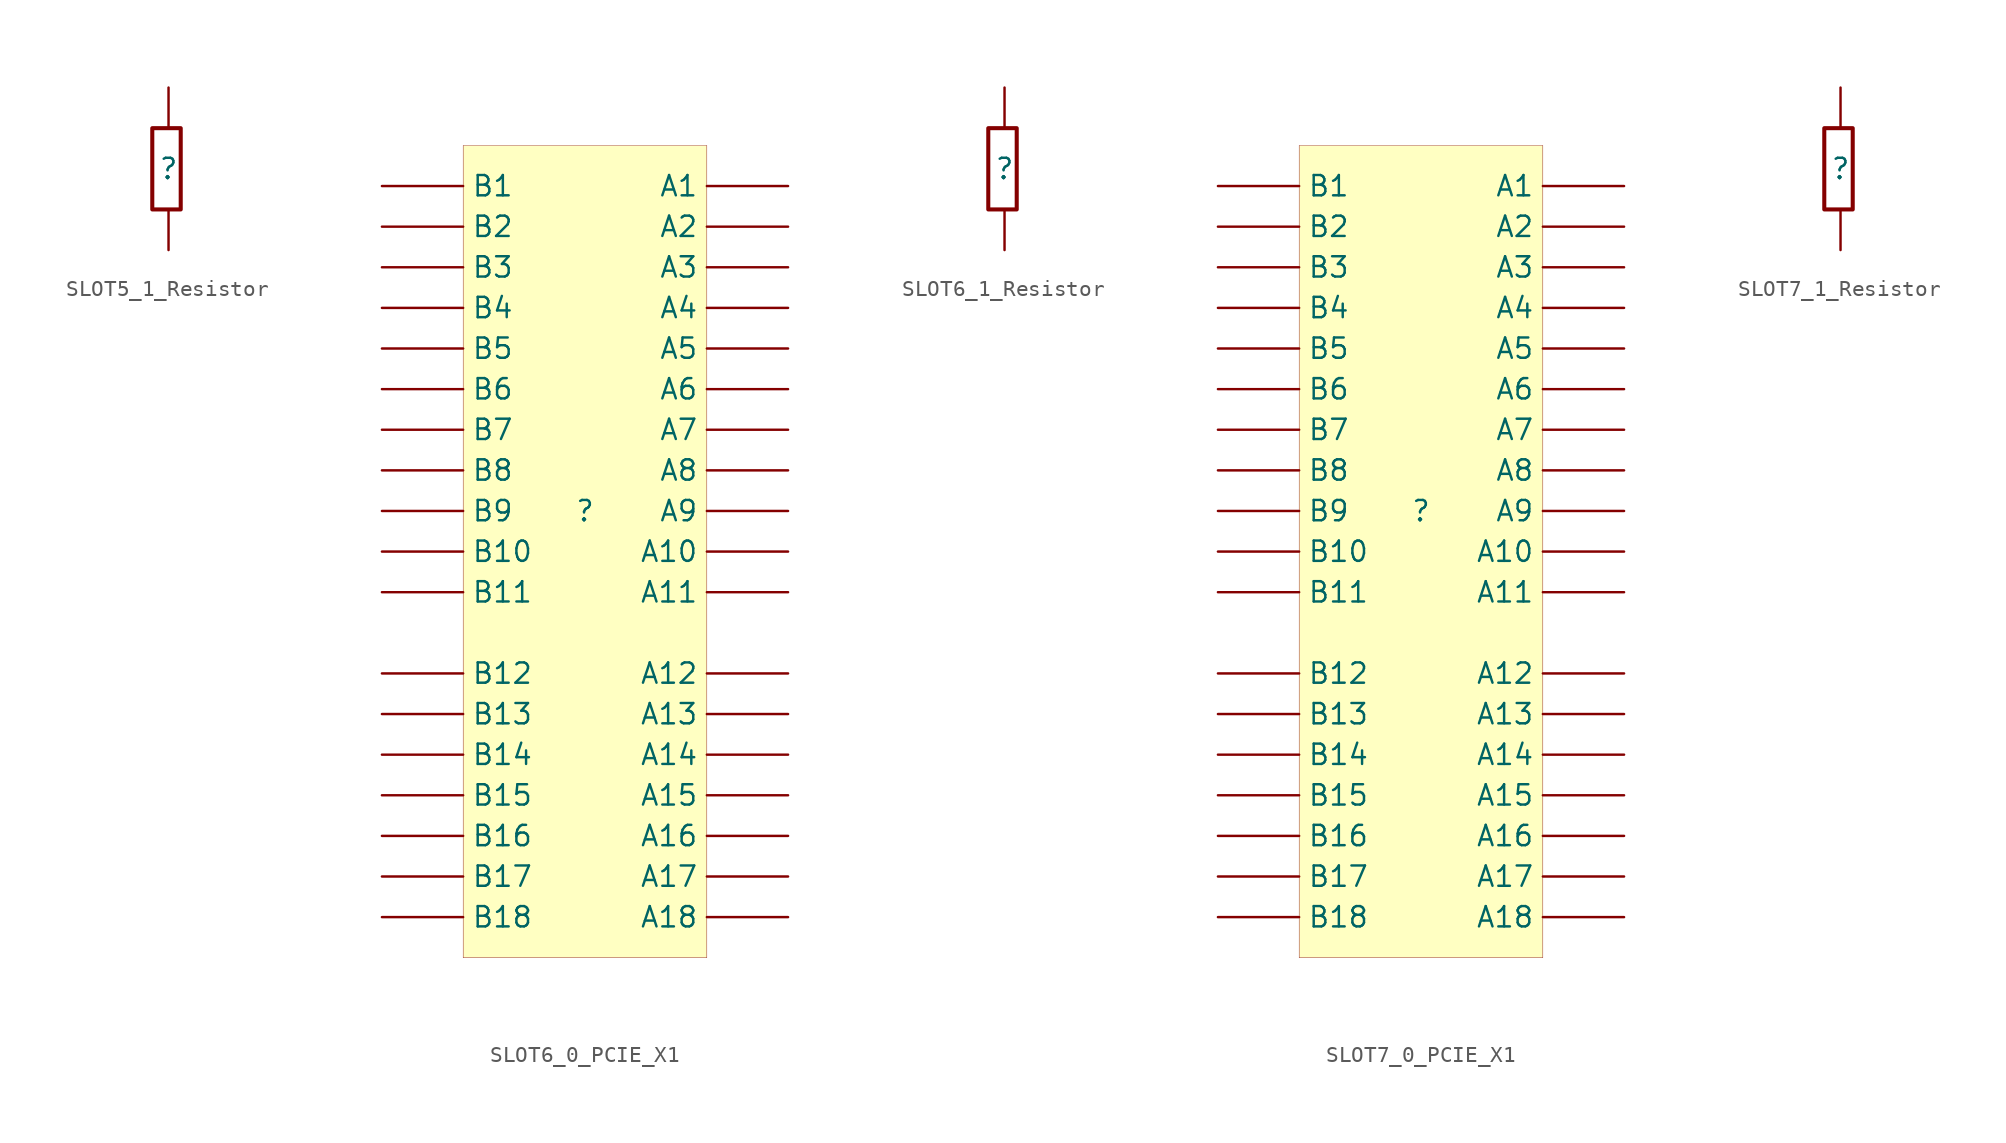
<source format=kicad_sym>
(kicad_symbol_lib
  (version 20231120)
  (generator "kicad_symbol_editor")
  (generator_version "8.0")
  (symbol "SLOT5_1_Resistor"
    (property "Reference" ""
      (at 0 0 0)
      (effects (font (size 1.27 1.27))))
    (property "Value" ""
      (at 0 0 0)
      (effects (font (size 1.27 1.27))))
    (symbol "SLOT5_1_Resistor_1_0"
      (polyline (pts (xy 0.762 -2.54) (xy -1.016 -2.54) (xy -1.016 2.54) (xy 0.762 2.54) (xy 0.762 -2.54)) (stroke (width 0.254) (type solid)) (fill (type none)))
      (pin passive line (at 0 -5.08 90) (length 2.54) (name "1" (effects (font (size 0 0)))) (number "1" (effects (font (size 0 0)))))
      (pin passive line (at 0 5.08 270) (length 2.54) (name "2" (effects (font (size 0 0)))) (number "2" (effects (font (size 0 0)))))))
  (symbol "SLOT6_0_PCIE_X1"
    (property "Reference" ""
      (at 0 0 0)
      (effects (font (size 1.27 1.27))))
    (property "Value" ""
      (at 0 0 0)
      (effects (font (size 1.27 1.27))))
    (symbol "SLOT6_0_PCIE_X1_1_0"
      (rectangle (start 7.62 22.86) (end -7.62 -27.94) (stroke (width 0.025) (type solid) (color 128 0 0 1)) (fill (type background)))
      (pin passive line (at 12.7 20.32 180) (length 5.08) (name "A1" (effects (font (size 1.27 1.27)))) (number "A1" (effects (font (size 0 0)))))
      (pin passive line (at 12.7 -2.54 180) (length 5.08) (name "A10" (effects (font (size 1.27 1.27)))) (number "A10" (effects (font (size 0 0)))))
      (pin passive line (at 12.7 -5.08 180) (length 5.08) (name "A11" (effects (font (size 1.27 1.27)))) (number "A11" (effects (font (size 0 0)))))
      (pin passive line (at 12.7 -10.16 180) (length 5.08) (name "A12" (effects (font (size 1.27 1.27)))) (number "A12" (effects (font (size 0 0)))))
      (pin passive line (at 12.7 -12.7 180) (length 5.08) (name "A13" (effects (font (size 1.27 1.27)))) (number "A13" (effects (font (size 0 0)))))
      (pin passive line (at 12.7 -15.24 180) (length 5.08) (name "A14" (effects (font (size 1.27 1.27)))) (number "A14" (effects (font (size 0 0)))))
      (pin passive line (at 12.7 -17.78 180) (length 5.08) (name "A15" (effects (font (size 1.27 1.27)))) (number "A15" (effects (font (size 0 0)))))
      (pin passive line (at 12.7 -20.32 180) (length 5.08) (name "A16" (effects (font (size 1.27 1.27)))) (number "A16" (effects (font (size 0 0)))))
      (pin passive line (at 12.7 -22.86 180) (length 5.08) (name "A17" (effects (font (size 1.27 1.27)))) (number "A17" (effects (font (size 0 0)))))
      (pin passive line (at 12.7 -25.4 180) (length 5.08) (name "A18" (effects (font (size 1.27 1.27)))) (number "A18" (effects (font (size 0 0)))))
      (pin passive line (at 12.7 17.78 180) (length 5.08) (name "A2" (effects (font (size 1.27 1.27)))) (number "A2" (effects (font (size 0 0)))))
      (pin passive line (at 12.7 15.24 180) (length 5.08) (name "A3" (effects (font (size 1.27 1.27)))) (number "A3" (effects (font (size 0 0)))))
      (pin passive line (at 12.7 12.7 180) (length 5.08) (name "A4" (effects (font (size 1.27 1.27)))) (number "A4" (effects (font (size 0 0)))))
      (pin passive line (at 12.7 10.16 180) (length 5.08) (name "A5" (effects (font (size 1.27 1.27)))) (number "A5" (effects (font (size 0 0)))))
      (pin passive line (at 12.7 7.62 180) (length 5.08) (name "A6" (effects (font (size 1.27 1.27)))) (number "A6" (effects (font (size 0 0)))))
      (pin passive line (at 12.7 5.08 180) (length 5.08) (name "A7" (effects (font (size 1.27 1.27)))) (number "A7" (effects (font (size 0 0)))))
      (pin passive line (at 12.7 2.54 180) (length 5.08) (name "A8" (effects (font (size 1.27 1.27)))) (number "A8" (effects (font (size 0 0)))))
      (pin passive line (at 12.7 0 180) (length 5.08) (name "A9" (effects (font (size 1.27 1.27)))) (number "A9" (effects (font (size 0 0)))))
      (pin passive line (at -12.7 20.32 0) (length 5.08) (name "B1" (effects (font (size 1.27 1.27)))) (number "B1" (effects (font (size 0 0)))))
      (pin passive line (at -12.7 -2.54 0) (length 5.08) (name "B10" (effects (font (size 1.27 1.27)))) (number "B10" (effects (font (size 0 0)))))
      (pin passive line (at -12.7 -5.08 0) (length 5.08) (name "B11" (effects (font (size 1.27 1.27)))) (number "B11" (effects (font (size 0 0)))))
      (pin passive line (at -12.7 -10.16 0) (length 5.08) (name "B12" (effects (font (size 1.27 1.27)))) (number "B12" (effects (font (size 0 0)))))
      (pin passive line (at -12.7 -12.7 0) (length 5.08) (name "B13" (effects (font (size 1.27 1.27)))) (number "B13" (effects (font (size 0 0)))))
      (pin passive line (at -12.7 -15.24 0) (length 5.08) (name "B14" (effects (font (size 1.27 1.27)))) (number "B14" (effects (font (size 0 0)))))
      (pin passive line (at -12.7 -17.78 0) (length 5.08) (name "B15" (effects (font (size 1.27 1.27)))) (number "B15" (effects (font (size 0 0)))))
      (pin passive line (at -12.7 -20.32 0) (length 5.08) (name "B16" (effects (font (size 1.27 1.27)))) (number "B16" (effects (font (size 0 0)))))
      (pin passive line (at -12.7 -22.86 0) (length 5.08) (name "B17" (effects (font (size 1.27 1.27)))) (number "B17" (effects (font (size 0 0)))))
      (pin passive line (at -12.7 -25.4 0) (length 5.08) (name "B18" (effects (font (size 1.27 1.27)))) (number "B18" (effects (font (size 0 0)))))
      (pin passive line (at -12.7 17.78 0) (length 5.08) (name "B2" (effects (font (size 1.27 1.27)))) (number "B2" (effects (font (size 0 0)))))
      (pin passive line (at -12.7 15.24 0) (length 5.08) (name "B3" (effects (font (size 1.27 1.27)))) (number "B3" (effects (font (size 0 0)))))
      (pin passive line (at -12.7 12.7 0) (length 5.08) (name "B4" (effects (font (size 1.27 1.27)))) (number "B4" (effects (font (size 0 0)))))
      (pin passive line (at -12.7 10.16 0) (length 5.08) (name "B5" (effects (font (size 1.27 1.27)))) (number "B5" (effects (font (size 0 0)))))
      (pin passive line (at -12.7 7.62 0) (length 5.08) (name "B6" (effects (font (size 1.27 1.27)))) (number "B6" (effects (font (size 0 0)))))
      (pin passive line (at -12.7 5.08 0) (length 5.08) (name "B7" (effects (font (size 1.27 1.27)))) (number "B7" (effects (font (size 0 0)))))
      (pin passive line (at -12.7 2.54 0) (length 5.08) (name "B8" (effects (font (size 1.27 1.27)))) (number "B8" (effects (font (size 0 0)))))
      (pin passive line (at -12.7 0 0) (length 5.08) (name "B9" (effects (font (size 1.27 1.27)))) (number "B9" (effects (font (size 0 0)))))))
  (symbol "SLOT6_1_Resistor"
    (property "Reference" ""
      (at 0 0 0)
      (effects (font (size 1.27 1.27))))
    (property "Value" ""
      (at 0 0 0)
      (effects (font (size 1.27 1.27))))
    (symbol "SLOT6_1_Resistor_1_0"
      (polyline (pts (xy 0.762 -2.54) (xy -1.016 -2.54) (xy -1.016 2.54) (xy 0.762 2.54) (xy 0.762 -2.54)) (stroke (width 0.254) (type solid)) (fill (type none)))
      (pin passive line (at 0 -5.08 90) (length 2.54) (name "1" (effects (font (size 0 0)))) (number "1" (effects (font (size 0 0)))))
      (pin passive line (at 0 5.08 270) (length 2.54) (name "2" (effects (font (size 0 0)))) (number "2" (effects (font (size 0 0)))))))
  (symbol "SLOT7_0_PCIE_X1"
    (property "Reference" ""
      (at 0 0 0)
      (effects (font (size 1.27 1.27))))
    (property "Value" ""
      (at 0 0 0)
      (effects (font (size 1.27 1.27))))
    (symbol "SLOT7_0_PCIE_X1_1_0"
      (rectangle (start 7.62 22.86) (end -7.62 -27.94) (stroke (width 0.025) (type solid) (color 128 0 0 1)) (fill (type background)))
      (pin passive line (at 12.7 20.32 180) (length 5.08) (name "A1" (effects (font (size 1.27 1.27)))) (number "A1" (effects (font (size 0 0)))))
      (pin passive line (at 12.7 -2.54 180) (length 5.08) (name "A10" (effects (font (size 1.27 1.27)))) (number "A10" (effects (font (size 0 0)))))
      (pin passive line (at 12.7 -5.08 180) (length 5.08) (name "A11" (effects (font (size 1.27 1.27)))) (number "A11" (effects (font (size 0 0)))))
      (pin passive line (at 12.7 -10.16 180) (length 5.08) (name "A12" (effects (font (size 1.27 1.27)))) (number "A12" (effects (font (size 0 0)))))
      (pin passive line (at 12.7 -12.7 180) (length 5.08) (name "A13" (effects (font (size 1.27 1.27)))) (number "A13" (effects (font (size 0 0)))))
      (pin passive line (at 12.7 -15.24 180) (length 5.08) (name "A14" (effects (font (size 1.27 1.27)))) (number "A14" (effects (font (size 0 0)))))
      (pin passive line (at 12.7 -17.78 180) (length 5.08) (name "A15" (effects (font (size 1.27 1.27)))) (number "A15" (effects (font (size 0 0)))))
      (pin passive line (at 12.7 -20.32 180) (length 5.08) (name "A16" (effects (font (size 1.27 1.27)))) (number "A16" (effects (font (size 0 0)))))
      (pin passive line (at 12.7 -22.86 180) (length 5.08) (name "A17" (effects (font (size 1.27 1.27)))) (number "A17" (effects (font (size 0 0)))))
      (pin passive line (at 12.7 -25.4 180) (length 5.08) (name "A18" (effects (font (size 1.27 1.27)))) (number "A18" (effects (font (size 0 0)))))
      (pin passive line (at 12.7 17.78 180) (length 5.08) (name "A2" (effects (font (size 1.27 1.27)))) (number "A2" (effects (font (size 0 0)))))
      (pin passive line (at 12.7 15.24 180) (length 5.08) (name "A3" (effects (font (size 1.27 1.27)))) (number "A3" (effects (font (size 0 0)))))
      (pin passive line (at 12.7 12.7 180) (length 5.08) (name "A4" (effects (font (size 1.27 1.27)))) (number "A4" (effects (font (size 0 0)))))
      (pin passive line (at 12.7 10.16 180) (length 5.08) (name "A5" (effects (font (size 1.27 1.27)))) (number "A5" (effects (font (size 0 0)))))
      (pin passive line (at 12.7 7.62 180) (length 5.08) (name "A6" (effects (font (size 1.27 1.27)))) (number "A6" (effects (font (size 0 0)))))
      (pin passive line (at 12.7 5.08 180) (length 5.08) (name "A7" (effects (font (size 1.27 1.27)))) (number "A7" (effects (font (size 0 0)))))
      (pin passive line (at 12.7 2.54 180) (length 5.08) (name "A8" (effects (font (size 1.27 1.27)))) (number "A8" (effects (font (size 0 0)))))
      (pin passive line (at 12.7 0 180) (length 5.08) (name "A9" (effects (font (size 1.27 1.27)))) (number "A9" (effects (font (size 0 0)))))
      (pin passive line (at -12.7 20.32 0) (length 5.08) (name "B1" (effects (font (size 1.27 1.27)))) (number "B1" (effects (font (size 0 0)))))
      (pin passive line (at -12.7 -2.54 0) (length 5.08) (name "B10" (effects (font (size 1.27 1.27)))) (number "B10" (effects (font (size 0 0)))))
      (pin passive line (at -12.7 -5.08 0) (length 5.08) (name "B11" (effects (font (size 1.27 1.27)))) (number "B11" (effects (font (size 0 0)))))
      (pin passive line (at -12.7 -10.16 0) (length 5.08) (name "B12" (effects (font (size 1.27 1.27)))) (number "B12" (effects (font (size 0 0)))))
      (pin passive line (at -12.7 -12.7 0) (length 5.08) (name "B13" (effects (font (size 1.27 1.27)))) (number "B13" (effects (font (size 0 0)))))
      (pin passive line (at -12.7 -15.24 0) (length 5.08) (name "B14" (effects (font (size 1.27 1.27)))) (number "B14" (effects (font (size 0 0)))))
      (pin passive line (at -12.7 -17.78 0) (length 5.08) (name "B15" (effects (font (size 1.27 1.27)))) (number "B15" (effects (font (size 0 0)))))
      (pin passive line (at -12.7 -20.32 0) (length 5.08) (name "B16" (effects (font (size 1.27 1.27)))) (number "B16" (effects (font (size 0 0)))))
      (pin passive line (at -12.7 -22.86 0) (length 5.08) (name "B17" (effects (font (size 1.27 1.27)))) (number "B17" (effects (font (size 0 0)))))
      (pin passive line (at -12.7 -25.4 0) (length 5.08) (name "B18" (effects (font (size 1.27 1.27)))) (number "B18" (effects (font (size 0 0)))))
      (pin passive line (at -12.7 17.78 0) (length 5.08) (name "B2" (effects (font (size 1.27 1.27)))) (number "B2" (effects (font (size 0 0)))))
      (pin passive line (at -12.7 15.24 0) (length 5.08) (name "B3" (effects (font (size 1.27 1.27)))) (number "B3" (effects (font (size 0 0)))))
      (pin passive line (at -12.7 12.7 0) (length 5.08) (name "B4" (effects (font (size 1.27 1.27)))) (number "B4" (effects (font (size 0 0)))))
      (pin passive line (at -12.7 10.16 0) (length 5.08) (name "B5" (effects (font (size 1.27 1.27)))) (number "B5" (effects (font (size 0 0)))))
      (pin passive line (at -12.7 7.62 0) (length 5.08) (name "B6" (effects (font (size 1.27 1.27)))) (number "B6" (effects (font (size 0 0)))))
      (pin passive line (at -12.7 5.08 0) (length 5.08) (name "B7" (effects (font (size 1.27 1.27)))) (number "B7" (effects (font (size 0 0)))))
      (pin passive line (at -12.7 2.54 0) (length 5.08) (name "B8" (effects (font (size 1.27 1.27)))) (number "B8" (effects (font (size 0 0)))))
      (pin passive line (at -12.7 0 0) (length 5.08) (name "B9" (effects (font (size 1.27 1.27)))) (number "B9" (effects (font (size 0 0)))))))
  (symbol "SLOT7_1_Resistor"
    (property "Reference" ""
      (at 0 0 0)
      (effects (font (size 1.27 1.27))))
    (property "Value" ""
      (at 0 0 0)
      (effects (font (size 1.27 1.27))))
    (symbol "SLOT7_1_Resistor_1_0"
      (polyline (pts (xy 0.762 -2.54) (xy -1.016 -2.54) (xy -1.016 2.54) (xy 0.762 2.54) (xy 0.762 -2.54)) (stroke (width 0.254) (type solid)) (fill (type none)))
      (pin passive line (at 0 -5.08 90) (length 2.54) (name "1" (effects (font (size 0 0)))) (number "1" (effects (font (size 0 0)))))
      (pin passive line (at 0 5.08 270) (length 2.54) (name "2" (effects (font (size 0 0)))) (number "2" (effects (font (size 0 0))))))))
</source>
